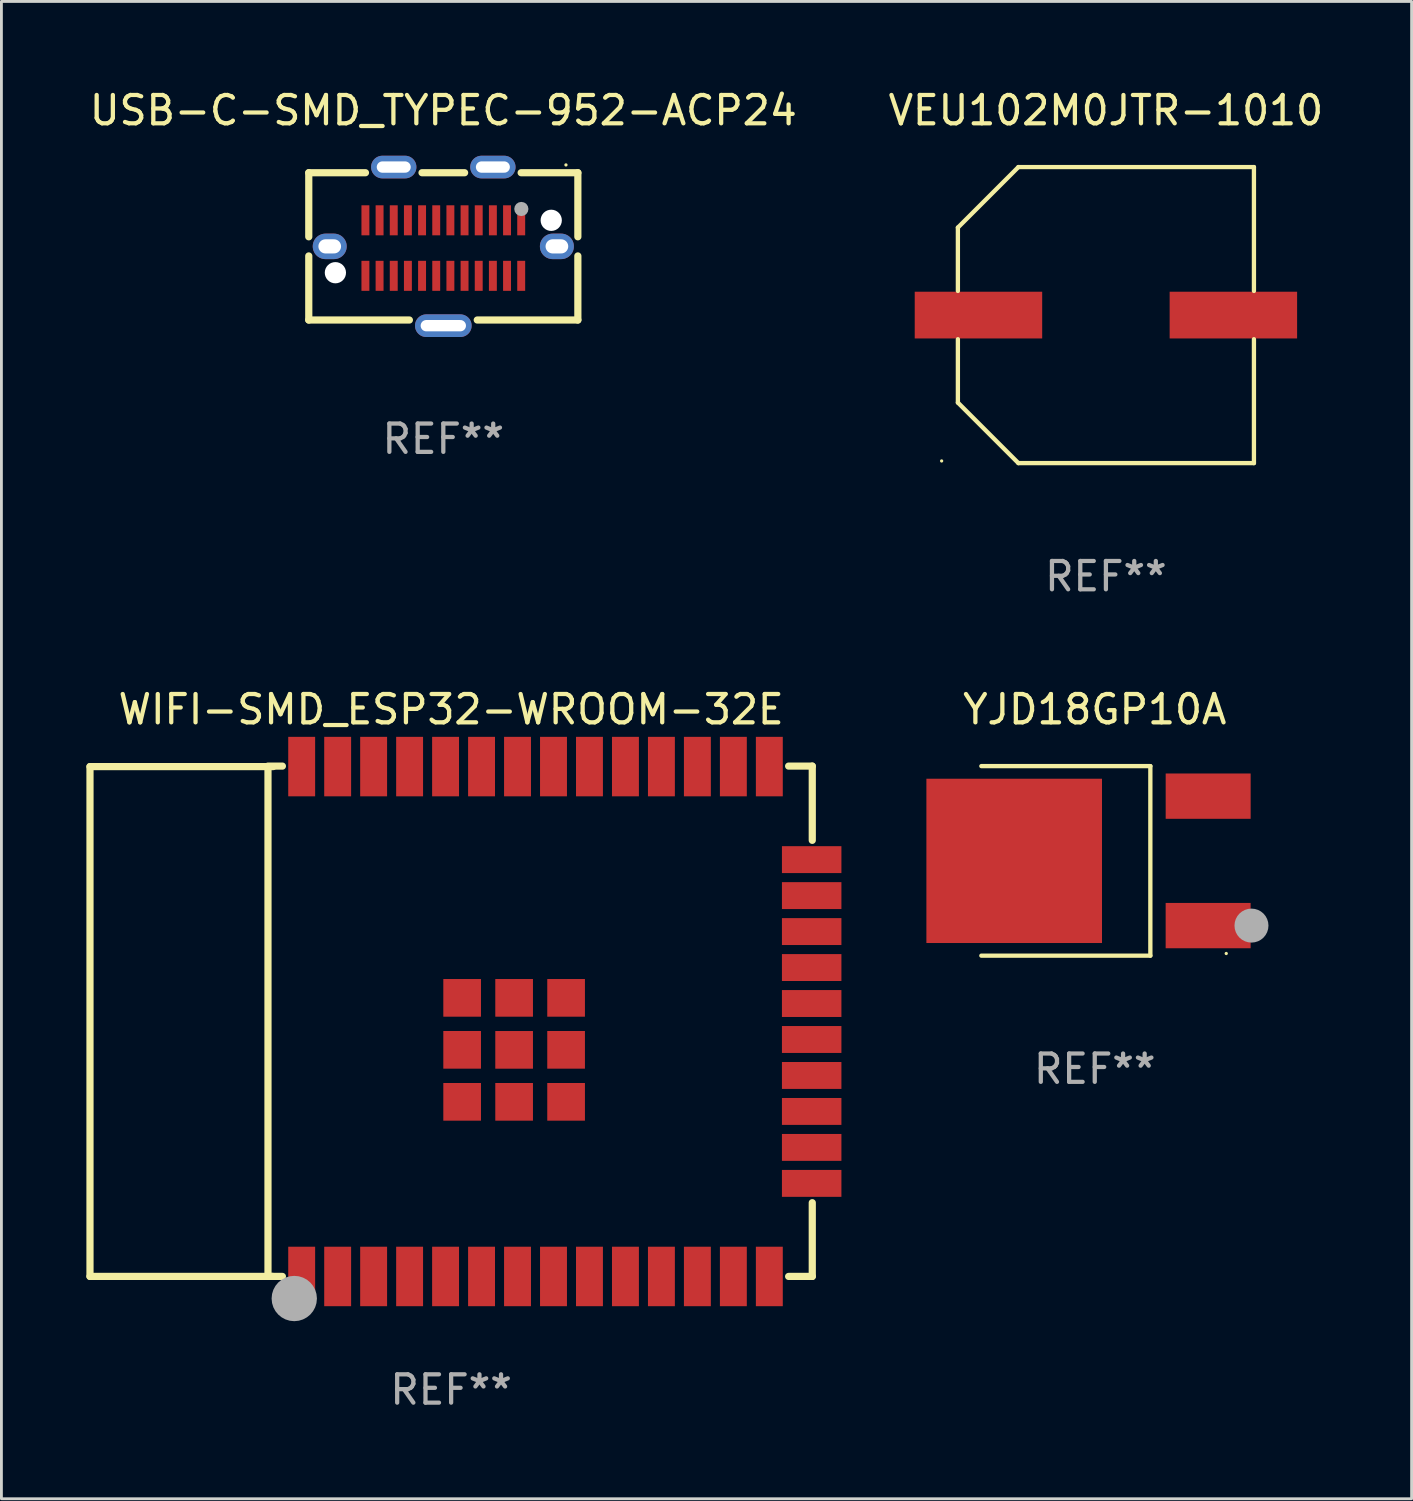
<source format=kicad_pcb>
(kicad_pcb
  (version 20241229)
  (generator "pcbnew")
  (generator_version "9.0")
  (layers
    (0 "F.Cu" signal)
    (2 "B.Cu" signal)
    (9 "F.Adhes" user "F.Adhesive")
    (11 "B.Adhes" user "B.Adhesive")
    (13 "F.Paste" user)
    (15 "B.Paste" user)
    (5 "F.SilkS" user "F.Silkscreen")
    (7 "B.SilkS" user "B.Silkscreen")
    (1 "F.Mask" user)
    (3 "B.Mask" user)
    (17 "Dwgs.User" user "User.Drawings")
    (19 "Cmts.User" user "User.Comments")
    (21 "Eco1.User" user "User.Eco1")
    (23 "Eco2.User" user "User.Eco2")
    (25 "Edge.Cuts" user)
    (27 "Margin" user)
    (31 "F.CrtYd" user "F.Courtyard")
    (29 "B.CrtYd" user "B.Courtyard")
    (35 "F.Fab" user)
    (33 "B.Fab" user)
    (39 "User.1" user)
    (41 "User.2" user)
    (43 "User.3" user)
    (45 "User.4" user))
  (footprint "YJD18GP10A"
    (layer "F.Cu")
    (at 35.6 27.343)
    (property "Reference" "YJD18GP10A" (at 0 -5.346 0) (layer "F.SilkS") (effects (font (size 1 1) (thickness 0.15))))
    (attr through_hole)
    (fp_line (start -4.004 -3.346) (end 1.963 -3.346) (stroke (width 0.152) (type solid)) (layer "F.SilkS"))
    (fp_line (start -4.004 3.346) (end 1.963 3.346) (stroke (width 0.152) (type solid)) (layer "F.SilkS"))
    (fp_line (start 1.963 3.346) (end 1.963 -3.346) (stroke (width 0.152) (type solid)) (layer "F.SilkS"))
    (fp_circle (center 4.642 3.27) (end 4.672 3.27) (stroke (width 0.06) (type solid)) (fill no) (layer "F.SilkS"))
    (fp_circle (center 5.533 2.285) (end 5.833 2.285) (stroke (width 0.6) (type solid)) (fill no) (layer "F.Fab"))
    (fp_text user "REF**" (at 0 7.346 0) (layer "F.Fab") (effects (font (size 1 1) (thickness 0.15))))
    (pad "1" smd rect (at 4.003 2.285) (size 3 1.6) (layers "F.Cu" "F.Mask" "F.Paste"))
    (pad "2" smd rect (at -2.844 -0.000076) (size 6.2 5.8) (layers "F.Cu" "F.Mask" "F.Paste"))
    (pad "3" smd rect (at 4.004 -2.285) (size 3 1.6) (layers "F.Cu" "F.Mask" "F.Paste")))
  (footprint "WIFI-SMD_ESP32-WROOM-32E"
    (layer "F.Cu")
    (at 12.877 33.006)
    (property "Reference" "WIFI-SMD_ESP32-WROOM-32E" (at 0 -11.009 0) (layer "F.SilkS") (effects (font (size 1 1) (thickness 0.15))))
    (attr through_hole)
    (fp_line (start -12.75 -8.992) (end -12.75 9.008) (stroke (width 0.254) (type solid)) (layer "F.SilkS"))
    (fp_line (start -12.75 -8.992) (end -6.284 -8.992) (stroke (width 0.254) (type solid)) (layer "F.SilkS"))
    (fp_line (start -12.75 9.008) (end -6.3 9.008) (stroke (width 0.254) (type solid)) (layer "F.SilkS"))
    (fp_line (start -6.466 -8.992) (end -6.466 9.008) (stroke (width 0.254) (type solid)) (layer "F.SilkS"))
    (fp_line (start -6.466 9.008) (end -5.957 9.008) (stroke (width 0.254) (type solid)) (layer "F.SilkS"))
    (fp_line (start -5.957 -9.009) (end -6.466 -9.009) (stroke (width 0.254) (type solid)) (layer "F.SilkS"))
    (fp_line (start 11.915 9.008) (end 12.75 9.008) (stroke (width 0.254) (type solid)) (layer "F.SilkS"))
    (fp_line (start 12.75 -9.009) (end 11.915 -9.009) (stroke (width 0.254) (type solid)) (layer "F.SilkS"))
    (fp_line (start 12.75 -6.388) (end 12.75 -9.009) (stroke (width 0.254) (type solid)) (layer "F.SilkS"))
    (fp_line (start 12.75 9.008) (end 12.75 6.405) (stroke (width 0.254) (type solid)) (layer "F.SilkS"))
    (fp_circle (center -12.801 9.009) (end -12.771 9.009) (stroke (width 0.06) (type solid)) (fill no) (layer "F.SilkS"))
    (fp_circle (center -5.538 9.788) (end -5.138 9.788) (stroke (width 0.8) (type solid)) (fill no) (layer "F.Fab"))
    (fp_text user "REF**" (at 0 13.009 0) (layer "F.Fab") (effects (font (size 1 1) (thickness 0.15))))
    (pad "1" smd rect (at -5.276 9.009) (size 0.95 2.1) (layers "F.Cu" "F.Mask" "F.Paste"))
    (pad "2" smd rect (at -4.006 9.009) (size 0.95 2.1) (layers "F.Cu" "F.Mask" "F.Paste"))
    (pad "3" smd rect (at -2.736 9.009) (size 0.95 2.1) (layers "F.Cu" "F.Mask" "F.Paste"))
    (pad "4" smd rect (at -1.466 9.009) (size 0.95 2.1) (layers "F.Cu" "F.Mask" "F.Paste"))
    (pad "5" smd rect (at -0.196 9.009) (size 0.95 2.1) (layers "F.Cu" "F.Mask" "F.Paste"))
    (pad "6" smd rect (at 1.074 9.009) (size 0.95 2.1) (layers "F.Cu" "F.Mask" "F.Paste"))
    (pad "7" smd rect (at 2.344 9.009) (size 0.95 2.1) (layers "F.Cu" "F.Mask" "F.Paste"))
    (pad "8" smd rect (at 3.614 9.009) (size 0.95 2.1) (layers "F.Cu" "F.Mask" "F.Paste"))
    (pad "9" smd rect (at 4.884 9.009) (size 0.95 2.1) (layers "F.Cu" "F.Mask" "F.Paste"))
    (pad "10" smd rect (at 6.154 9.009) (size 0.95 2.1) (layers "F.Cu" "F.Mask" "F.Paste"))
    (pad "11" smd rect (at 7.424 9.009) (size 0.95 2.1) (layers "F.Cu" "F.Mask" "F.Paste"))
    (pad "12" smd rect (at 8.694 9.009) (size 0.95 2.1) (layers "F.Cu" "F.Mask" "F.Paste"))
    (pad "13" smd rect (at 9.964 9.009) (size 0.95 2.1) (layers "F.Cu" "F.Mask" "F.Paste"))
    (pad "14" smd rect (at 11.234 9.009) (size 0.95 2.1) (layers "F.Cu" "F.Mask" "F.Paste"))
    (pad "15" smd rect (at 12.729 5.723) (size 2.1 0.95) (layers "F.Cu" "F.Mask" "F.Paste"))
    (pad "16" smd rect (at 12.729 4.453) (size 2.1 0.95) (layers "F.Cu" "F.Mask" "F.Paste"))
    (pad "17" smd rect (at 12.729 3.183) (size 2.1 0.95) (layers "F.Cu" "F.Mask" "F.Paste"))
    (pad "18" smd rect (at 12.729 1.913) (size 2.1 0.95) (layers "F.Cu" "F.Mask" "F.Paste"))
    (pad "19" smd rect (at 12.729 0.643) (size 2.1 0.95) (layers "F.Cu" "F.Mask" "F.Paste"))
    (pad "20" smd rect (at 12.729 -0.627) (size 2.1 0.95) (layers "F.Cu" "F.Mask" "F.Paste"))
    (pad "21" smd rect (at 12.729 -1.897) (size 2.1 0.95) (layers "F.Cu" "F.Mask" "F.Paste"))
    (pad "22" smd rect (at 12.729 -3.167) (size 2.1 0.95) (layers "F.Cu" "F.Mask" "F.Paste"))
    (pad "23" smd rect (at 12.729 -4.437) (size 2.1 0.95) (layers "F.Cu" "F.Mask" "F.Paste"))
    (pad "24" smd rect (at 12.729 -5.707) (size 2.1 0.95) (layers "F.Cu" "F.Mask" "F.Paste"))
    (pad "25" smd rect (at 11.234 -8.992) (size 0.95 2.1) (layers "F.Cu" "F.Mask" "F.Paste"))
    (pad "26" smd rect (at 9.964 -8.992) (size 0.95 2.1) (layers "F.Cu" "F.Mask" "F.Paste"))
    (pad "27" smd rect (at 8.694 -8.992) (size 0.95 2.1) (layers "F.Cu" "F.Mask" "F.Paste"))
    (pad "28" smd rect (at 7.424 -8.992) (size 0.95 2.1) (layers "F.Cu" "F.Mask" "F.Paste"))
    (pad "29" smd rect (at 6.154 -8.992) (size 0.95 2.1) (layers "F.Cu" "F.Mask" "F.Paste"))
    (pad "30" smd rect (at 4.884 -8.992) (size 0.95 2.1) (layers "F.Cu" "F.Mask" "F.Paste"))
    (pad "31" smd rect (at 3.614 -8.992) (size 0.95 2.1) (layers "F.Cu" "F.Mask" "F.Paste"))
    (pad "32" smd rect (at 2.344 -8.992) (size 0.95 2.1) (layers "F.Cu" "F.Mask" "F.Paste"))
    (pad "33" smd rect (at 1.074 -8.992) (size 0.95 2.1) (layers "F.Cu" "F.Mask" "F.Paste"))
    (pad "34" smd rect (at -0.196 -8.992) (size 0.95 2.1) (layers "F.Cu" "F.Mask" "F.Paste"))
    (pad "35" smd rect (at -1.466 -8.992) (size 0.95 2.1) (layers "F.Cu" "F.Mask" "F.Paste"))
    (pad "36" smd rect (at -2.736 -8.992) (size 0.95 2.1) (layers "F.Cu" "F.Mask" "F.Paste"))
    (pad "37" smd rect (at -4.006 -8.992) (size 0.95 2.1) (layers "F.Cu" "F.Mask" "F.Paste"))
    (pad "38" smd rect (at -5.276 -8.992) (size 0.95 2.1) (layers "F.Cu" "F.Mask" "F.Paste"))
    (pad "39" smd rect (at 0.389 -0.827 180) (size 1.33 1.33) (layers "F.Cu" "F.Mask" "F.Paste"))
    (pad "39" smd rect (at 0.389 1.008 180) (size 1.33 1.33) (layers "F.Cu" "F.Mask" "F.Paste"))
    (pad "39" smd rect (at 0.389 2.844 180) (size 1.33 1.33) (layers "F.Cu" "F.Mask" "F.Paste"))
    (pad "39" smd rect (at 2.224 -0.827 180) (size 1.33 1.33) (layers "F.Cu" "F.Mask" "F.Paste"))
    (pad "39" smd rect (at 2.224 2.844 180) (size 1.33 1.33) (layers "F.Cu" "F.Mask" "F.Paste"))
    (pad "39" smd rect (at 2.224 1.009 180) (size 1.33 1.33) (layers "F.Cu" "F.Mask" "F.Paste"))
    (pad "39" smd rect (at 4.059 -0.827 180) (size 1.33 1.33) (layers "F.Cu" "F.Mask" "F.Paste"))
    (pad "39" smd rect (at 4.059 1.008 180) (size 1.33 1.33) (layers "F.Cu" "F.Mask" "F.Paste"))
    (pad "39" smd rect (at 4.059 2.844 180) (size 1.33 1.33) (layers "F.Cu" "F.Mask" "F.Paste")))
  (footprint "VEU102M0JTR-1010"
    (layer "F.Cu")
    (at 35.994 8.074)
    (property "Reference" "VEU102M0JTR-1010" (at 0 -7.226 0) (layer "F.SilkS") (effects (font (size 1 1) (thickness 0.15))))
    (attr through_hole)
    (fp_line (start -5.226 -3.09) (end -5.226 -0.852) (stroke (width 0.152) (type solid)) (layer "F.SilkS"))
    (fp_line (start -5.226 3.09) (end -5.226 0.852) (stroke (width 0.152) (type solid)) (layer "F.SilkS"))
    (fp_line (start -3.09 -5.226) (end -5.226 -3.09) (stroke (width 0.152) (type solid)) (layer "F.SilkS"))
    (fp_line (start -3.09 5.226) (end -5.226 3.09) (stroke (width 0.152) (type solid)) (layer "F.SilkS"))
    (fp_line (start 5.226 -5.226) (end -3.09 -5.226) (stroke (width 0.152) (type solid)) (layer "F.SilkS"))
    (fp_line (start 5.226 -0.852) (end 5.226 -5.226) (stroke (width 0.152) (type solid)) (layer "F.SilkS"))
    (fp_line (start 5.226 0.852) (end 5.226 5.226) (stroke (width 0.152) (type solid)) (layer "F.SilkS"))
    (fp_line (start 5.226 5.226) (end -3.09 5.226) (stroke (width 0.152) (type solid)) (layer "F.SilkS"))
    (fp_circle (center -5.8 5.15) (end -5.77 5.15) (stroke (width 0.06) (type solid)) (fill no) (layer "F.SilkS"))
    (fp_text user "REF**" (at 0 9.226 0) (layer "F.Fab") (effects (font (size 1 1) (thickness 0.15))))
    (pad "1" smd rect (at -4.5 0) (size 4.5 1.65) (layers "F.Cu" "F.Mask" "F.Paste"))
    (pad "2" smd rect (at 4.5 0) (size 4.5 1.65) (layers "F.Cu" "F.Mask" "F.Paste")))
  (footprint "USB-C-SMD_TYPEC-952-ACP24"
    (layer "F.Cu")
    (at 12.601 5.648)
    (property "Reference" "USB-C-SMD_TYPEC-952-ACP24" (at 0 -4.8 0) (layer "F.SilkS") (effects (font (size 1 1) (thickness 0.15))))
    (attr through_hole)
    (fp_line (start -4.75 -2.6) (end -4.75 -0.338) (stroke (width 0.254) (type solid)) (layer "F.SilkS"))
    (fp_line (start -4.75 -2.6) (end -2.748 -2.6) (stroke (width 0.254) (type solid)) (layer "F.SilkS"))
    (fp_line (start -4.75 0.338) (end -4.75 2.6) (stroke (width 0.254) (type solid)) (layer "F.SilkS"))
    (fp_line (start -4.75 2.6) (end -1.198 2.6) (stroke (width 0.254) (type solid)) (layer "F.SilkS"))
    (fp_line (start -0.752 -2.6) (end 0.752 -2.6) (stroke (width 0.254) (type solid)) (layer "F.SilkS"))
    (fp_line (start 1.198 2.6) (end 4.75 2.6) (stroke (width 0.254) (type solid)) (layer "F.SilkS"))
    (fp_line (start 2.748 -2.6) (end 4.75 -2.6) (stroke (width 0.254) (type solid)) (layer "F.SilkS"))
    (fp_line (start 4.75 0.338) (end 4.75 2.6) (stroke (width 0.254) (type solid)) (layer "F.SilkS"))
    (fp_line (start 4.75 -2.6) (end 4.75 -0.338) (stroke (width 0.254) (type solid)) (layer "F.SilkS"))
    (fp_circle (center 4.33 -2.875) (end 4.36 -2.875) (stroke (width 0.06) (type solid)) (fill no) (layer "F.SilkS"))
    (fp_circle (center -3.81 0.93) (end -3.685 0.93) (stroke (width 0.25) (type solid)) (fill no) (layer "F.Fab"))
    (fp_circle (center 2.755 -1.32) (end 2.88 -1.32) (stroke (width 0.25) (type solid)) (fill no) (layer "F.Fab"))
    (fp_circle (center 3.81 -0.92) (end 3.935 -0.92) (stroke (width 0.25) (type solid)) (fill no) (layer "F.Fab"))
    (fp_text user "REF**" (at 0 6.8 0) (layer "F.Fab") (effects (font (size 1 1) (thickness 0.15))))
    (pad "" np_thru_hole circle (at -3.81 0.93) (size 0.75 0.75) (drill 0.75) (layers "*.Cu" "*.Mask"))
    (pad "" np_thru_hole circle (at 3.81 -0.92) (size 0.75 0.75) (drill 0.75) (layers "*.Cu" "*.Mask"))
    (pad "1" thru_hole oval (at -1.75 -2.8 90) (size 0.8 1.6) (drill oval 0.4 1.2) (layers "*.Cu" "*.Mask"))
    (pad "2" thru_hole oval (at 1.75 -2.8 90) (size 0.8 1.6) (drill oval 0.4 1.2) (layers "*.Cu" "*.Mask"))
    (pad "3" thru_hole oval (at 4.01 0.000127 90) (size 0.9 1.2) (drill oval 0.5 0.8) (layers "*.Cu" "*.Mask"))
    (pad "4" thru_hole oval (at 0 2.8 90) (size 0.8 2) (drill oval 0.4 1.6) (layers "*.Cu" "*.Mask"))
    (pad "5" thru_hole oval (at -4.01 0.000127 90) (size 0.9 1.2) (drill oval 0.5 0.8) (layers "*.Cu" "*.Mask"))
    (pad "A1" smd rect (at 2.75 -0.92) (size 0.28 1.06) (layers "F.Cu" "F.Mask" "F.Paste"))
    (pad "A2" smd rect (at 2.25 -0.92) (size 0.28 1.06) (layers "F.Cu" "F.Mask" "F.Paste"))
    (pad "A3" smd rect (at 1.75 -0.92) (size 0.28 1.06) (layers "F.Cu" "F.Mask" "F.Paste"))
    (pad "A4" smd rect (at 1.25 -0.92) (size 0.28 1.06) (layers "F.Cu" "F.Mask" "F.Paste"))
    (pad "A5" smd rect (at 0.75 -0.92) (size 0.28 1.06) (layers "F.Cu" "F.Mask" "F.Paste"))
    (pad "A6" smd rect (at 0.25 -0.92) (size 0.28 1.06) (layers "F.Cu" "F.Mask" "F.Paste"))
    (pad "A7" smd rect (at -0.25 -0.92) (size 0.28 1.06) (layers "F.Cu" "F.Mask" "F.Paste"))
    (pad "A8" smd rect (at -0.75 -0.92) (size 0.28 1.06) (layers "F.Cu" "F.Mask" "F.Paste"))
    (pad "A9" smd rect (at -1.25 -0.92) (size 0.28 1.06) (layers "F.Cu" "F.Mask" "F.Paste"))
    (pad "A10" smd rect (at -1.75 -0.92) (size 0.28 1.06) (layers "F.Cu" "F.Mask" "F.Paste"))
    (pad "A11" smd rect (at -2.25 -0.92) (size 0.28 1.06) (layers "F.Cu" "F.Mask" "F.Paste"))
    (pad "A12" smd rect (at -2.75 -0.92) (size 0.28 1.06) (layers "F.Cu" "F.Mask" "F.Paste"))
    (pad "B1" smd rect (at -2.75 1.04) (size 0.28 1.06) (layers "F.Cu" "F.Mask" "F.Paste"))
    (pad "B2" smd rect (at -2.25 1.04) (size 0.28 1.06) (layers "F.Cu" "F.Mask" "F.Paste"))
    (pad "B3" smd rect (at -1.75 1.04) (size 0.28 1.06) (layers "F.Cu" "F.Mask" "F.Paste"))
    (pad "B4" smd rect (at -1.25 1.04) (size 0.28 1.06) (layers "F.Cu" "F.Mask" "F.Paste"))
    (pad "B5" smd rect (at -0.75 1.04) (size 0.28 1.06) (layers "F.Cu" "F.Mask" "F.Paste"))
    (pad "B6" smd rect (at -0.25 1.04) (size 0.28 1.06) (layers "F.Cu" "F.Mask" "F.Paste"))
    (pad "B7" smd rect (at 0.25 1.04) (size 0.28 1.06) (layers "F.Cu" "F.Mask" "F.Paste"))
    (pad "B8" smd rect (at 0.75 1.04) (size 0.28 1.06) (layers "F.Cu" "F.Mask" "F.Paste"))
    (pad "B9" smd rect (at 1.25 1.04) (size 0.28 1.06) (layers "F.Cu" "F.Mask" "F.Paste"))
    (pad "B10" smd rect (at 1.75 1.04) (size 0.28 1.06) (layers "F.Cu" "F.Mask" "F.Paste"))
    (pad "B11" smd rect (at 2.25 1.04) (size 0.28 1.06) (layers "F.Cu" "F.Mask" "F.Paste"))
    (pad "B12" smd rect (at 2.75 1.04) (size 0.28 1.06) (layers "F.Cu" "F.Mask" "F.Paste")))
  (gr_rect
    (start -3 -3)
    (end 46.786 49.863)
    (stroke (width 0.1) (type default))
    (fill no)
    (layer "Edge.Cuts")))
</source>
